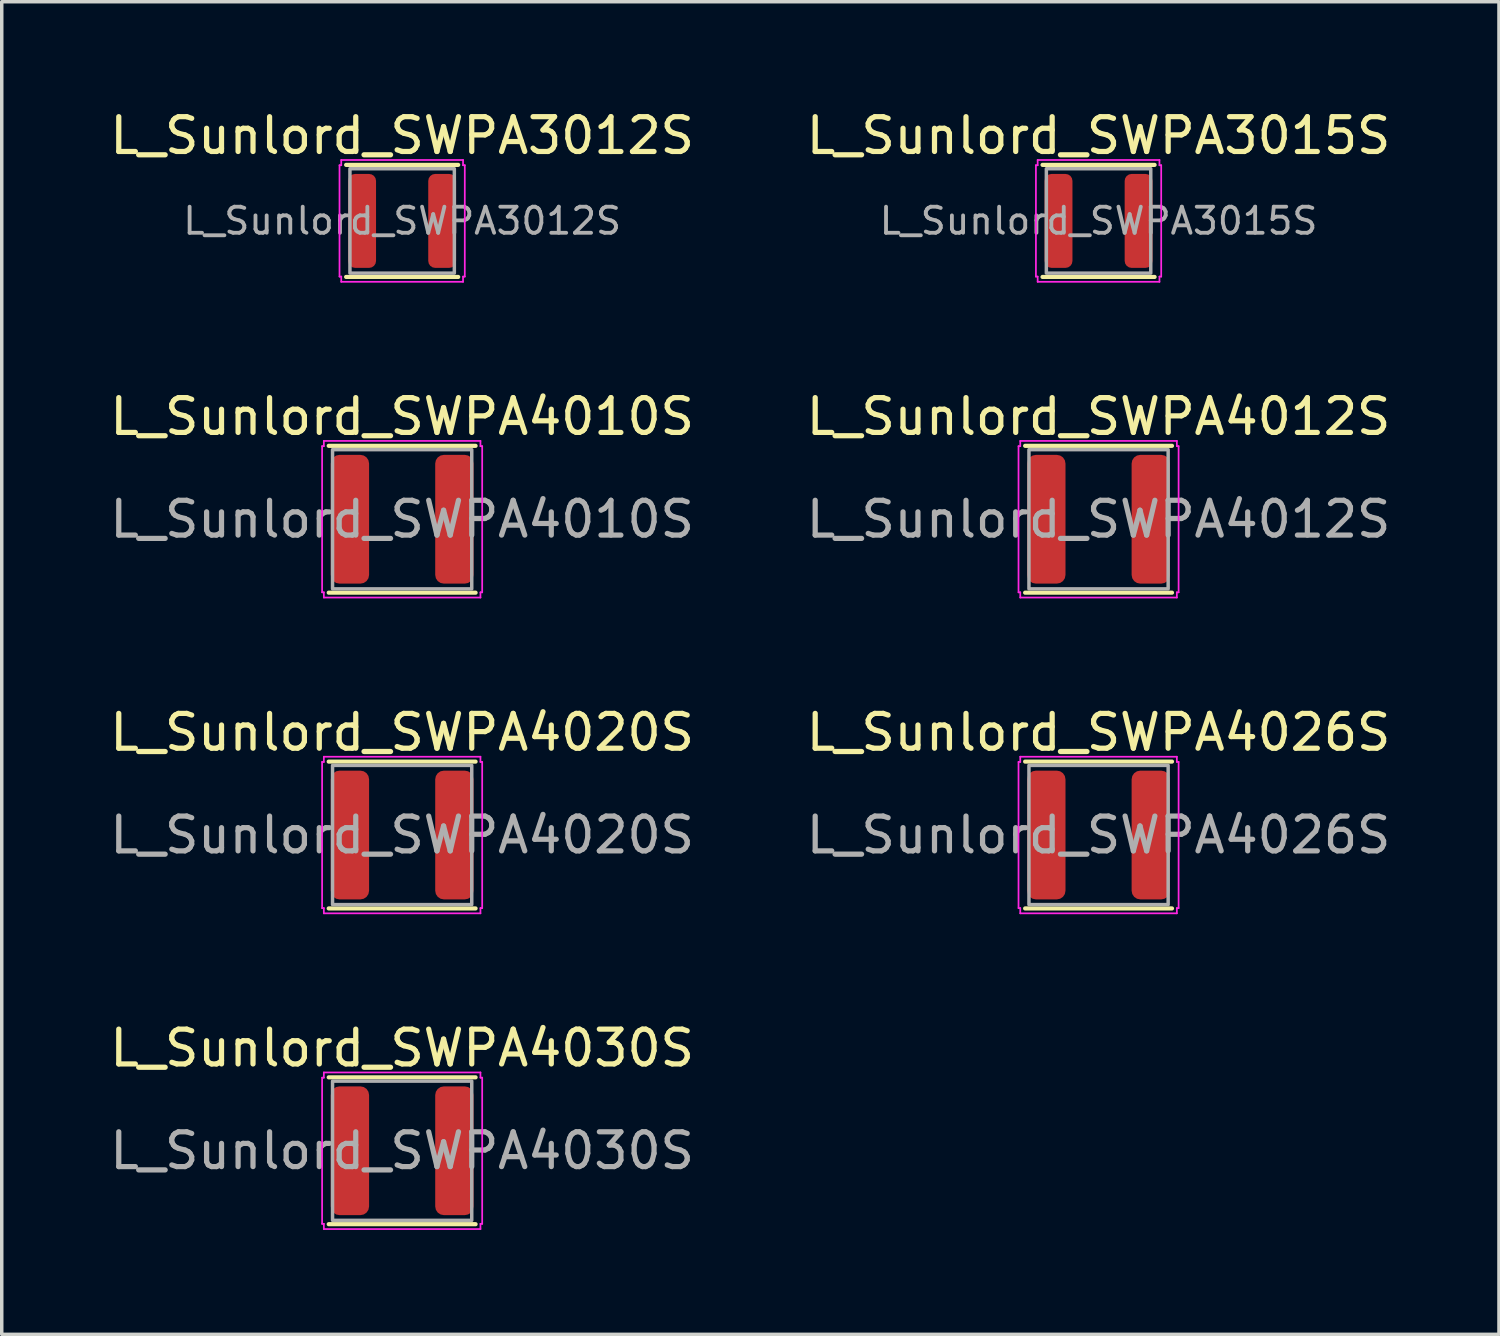
<source format=kicad_pcb>
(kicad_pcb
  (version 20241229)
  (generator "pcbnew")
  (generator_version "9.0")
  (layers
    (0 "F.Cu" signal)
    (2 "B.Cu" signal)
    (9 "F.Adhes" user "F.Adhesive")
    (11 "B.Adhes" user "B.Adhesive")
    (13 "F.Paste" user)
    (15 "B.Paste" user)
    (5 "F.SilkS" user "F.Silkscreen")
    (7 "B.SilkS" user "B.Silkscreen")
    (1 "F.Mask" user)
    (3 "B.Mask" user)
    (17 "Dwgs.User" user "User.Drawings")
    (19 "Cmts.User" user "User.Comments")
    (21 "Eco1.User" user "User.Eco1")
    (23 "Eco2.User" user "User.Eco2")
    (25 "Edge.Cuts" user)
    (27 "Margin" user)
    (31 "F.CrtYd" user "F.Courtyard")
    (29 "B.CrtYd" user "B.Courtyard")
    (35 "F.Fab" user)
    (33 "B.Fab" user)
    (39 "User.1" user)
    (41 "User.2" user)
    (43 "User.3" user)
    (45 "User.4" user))
  (footprint "L_Sunlord_SWPA3012S"
    (layer "F.Cu")
    (at 8.506 3.298)
    (property "Reference" "L_Sunlord_SWPA3012S" (at 0 -2.45 0) (layer "F.SilkS") (effects (font (size 1 1) (thickness 0.15))))
    (attr smd)
    (fp_line (start -1.61 -1.61) (end 1.61 -1.61) (stroke (width 0.12) (type solid)) (layer "F.SilkS"))
    (fp_line (start 1.61 1.61) (end -1.61 1.61) (stroke (width 0.12) (type solid)) (layer "F.SilkS"))
    (fp_line (start -1.8 -1.6) (end -1.75 -1.6) (stroke (width 0.05) (type solid)) (layer "F.CrtYd"))
    (fp_line (start -1.8 1.6) (end -1.8 -1.6) (stroke (width 0.05) (type solid)) (layer "F.CrtYd"))
    (fp_line (start -1.75 -1.75) (end 1.75 -1.75) (stroke (width 0.05) (type solid)) (layer "F.CrtYd"))
    (fp_line (start -1.75 -1.6) (end -1.75 -1.75) (stroke (width 0.05) (type solid)) (layer "F.CrtYd"))
    (fp_line (start -1.75 1.6) (end -1.8 1.6) (stroke (width 0.05) (type solid)) (layer "F.CrtYd"))
    (fp_line (start -1.75 1.75) (end -1.75 1.6) (stroke (width 0.05) (type solid)) (layer "F.CrtYd"))
    (fp_line (start 1.75 -1.75) (end 1.75 -1.6) (stroke (width 0.05) (type solid)) (layer "F.CrtYd"))
    (fp_line (start 1.75 -1.6) (end 1.8 -1.6) (stroke (width 0.05) (type solid)) (layer "F.CrtYd"))
    (fp_line (start 1.75 1.6) (end 1.75 1.75) (stroke (width 0.05) (type solid)) (layer "F.CrtYd"))
    (fp_line (start 1.75 1.75) (end -1.75 1.75) (stroke (width 0.05) (type solid)) (layer "F.CrtYd"))
    (fp_line (start 1.8 -1.6) (end 1.8 1.6) (stroke (width 0.05) (type solid)) (layer "F.CrtYd"))
    (fp_line (start 1.8 1.6) (end 1.75 1.6) (stroke (width 0.05) (type solid)) (layer "F.CrtYd"))
    (fp_rect (start -1.5 -1.5) (end 1.5 1.5) (stroke (width 0.1) (type solid)) (fill no) (layer "F.Fab"))
    (fp_text user "${REFERENCE}" (at 0 0 0) (layer "F.Fab") (effects (font (size 0.75 0.75) (thickness 0.11))))
    (pad "1" smd roundrect (at -1.15 0) (size 0.8 2.7) (layers "F.Cu" "F.Mask" "F.Paste") (roundrect_rratio 0.25))
    (pad "2" smd roundrect (at 1.15 0) (size 0.8 2.7) (layers "F.Cu" "F.Mask" "F.Paste") (roundrect_rratio 0.25)))
  (footprint "L_Sunlord_SWPA4030S"
    (layer "F.Cu")
    (at 8.506 30.018)
    (property "Reference" "L_Sunlord_SWPA4030S" (at 0 -2.95 0) (layer "F.SilkS") (effects (font (size 1 1) (thickness 0.15))))
    (attr smd)
    (fp_line (start -2.11 -2.11) (end 2.11 -2.11) (stroke (width 0.12) (type solid)) (layer "F.SilkS"))
    (fp_line (start 2.11 2.11) (end -2.11 2.11) (stroke (width 0.12) (type solid)) (layer "F.SilkS"))
    (fp_line (start -2.3 -2.1) (end -2.25 -2.1) (stroke (width 0.05) (type solid)) (layer "F.CrtYd"))
    (fp_line (start -2.3 2.1) (end -2.3 -2.1) (stroke (width 0.05) (type solid)) (layer "F.CrtYd"))
    (fp_line (start -2.25 -2.25) (end 2.25 -2.25) (stroke (width 0.05) (type solid)) (layer "F.CrtYd"))
    (fp_line (start -2.25 -2.1) (end -2.25 -2.25) (stroke (width 0.05) (type solid)) (layer "F.CrtYd"))
    (fp_line (start -2.25 2.1) (end -2.3 2.1) (stroke (width 0.05) (type solid)) (layer "F.CrtYd"))
    (fp_line (start -2.25 2.25) (end -2.25 2.1) (stroke (width 0.05) (type solid)) (layer "F.CrtYd"))
    (fp_line (start 2.25 -2.25) (end 2.25 -2.1) (stroke (width 0.05) (type solid)) (layer "F.CrtYd"))
    (fp_line (start 2.25 -2.1) (end 2.3 -2.1) (stroke (width 0.05) (type solid)) (layer "F.CrtYd"))
    (fp_line (start 2.25 2.1) (end 2.25 2.25) (stroke (width 0.05) (type solid)) (layer "F.CrtYd"))
    (fp_line (start 2.25 2.25) (end -2.25 2.25) (stroke (width 0.05) (type solid)) (layer "F.CrtYd"))
    (fp_line (start 2.3 -2.1) (end 2.3 2.1) (stroke (width 0.05) (type solid)) (layer "F.CrtYd"))
    (fp_line (start 2.3 2.1) (end 2.25 2.1) (stroke (width 0.05) (type solid)) (layer "F.CrtYd"))
    (fp_rect (start -2 -2) (end 2 2) (stroke (width 0.1) (type solid)) (fill no) (layer "F.Fab"))
    (fp_text user "${REFERENCE}" (at 0 0 0) (layer "F.Fab") (effects (font (size 1 1) (thickness 0.15))))
    (pad "1" smd roundrect (at -1.5 0) (size 1.1 3.7) (layers "F.Cu" "F.Mask" "F.Paste") (roundrect_rratio 0.227))
    (pad "2" smd roundrect (at 1.5 0) (size 1.1 3.7) (layers "F.Cu" "F.Mask" "F.Paste") (roundrect_rratio 0.227)))
  (footprint "L_Sunlord_SWPA3015S"
    (layer "F.Cu")
    (at 28.518 3.298)
    (property "Reference" "L_Sunlord_SWPA3015S" (at 0 -2.45 0) (layer "F.SilkS") (effects (font (size 1 1) (thickness 0.15))))
    (attr smd)
    (fp_line (start -1.61 -1.61) (end 1.61 -1.61) (stroke (width 0.12) (type solid)) (layer "F.SilkS"))
    (fp_line (start 1.61 1.61) (end -1.61 1.61) (stroke (width 0.12) (type solid)) (layer "F.SilkS"))
    (fp_line (start -1.8 -1.6) (end -1.75 -1.6) (stroke (width 0.05) (type solid)) (layer "F.CrtYd"))
    (fp_line (start -1.8 1.6) (end -1.8 -1.6) (stroke (width 0.05) (type solid)) (layer "F.CrtYd"))
    (fp_line (start -1.75 -1.75) (end 1.75 -1.75) (stroke (width 0.05) (type solid)) (layer "F.CrtYd"))
    (fp_line (start -1.75 -1.6) (end -1.75 -1.75) (stroke (width 0.05) (type solid)) (layer "F.CrtYd"))
    (fp_line (start -1.75 1.6) (end -1.8 1.6) (stroke (width 0.05) (type solid)) (layer "F.CrtYd"))
    (fp_line (start -1.75 1.75) (end -1.75 1.6) (stroke (width 0.05) (type solid)) (layer "F.CrtYd"))
    (fp_line (start 1.75 -1.75) (end 1.75 -1.6) (stroke (width 0.05) (type solid)) (layer "F.CrtYd"))
    (fp_line (start 1.75 -1.6) (end 1.8 -1.6) (stroke (width 0.05) (type solid)) (layer "F.CrtYd"))
    (fp_line (start 1.75 1.6) (end 1.75 1.75) (stroke (width 0.05) (type solid)) (layer "F.CrtYd"))
    (fp_line (start 1.75 1.75) (end -1.75 1.75) (stroke (width 0.05) (type solid)) (layer "F.CrtYd"))
    (fp_line (start 1.8 -1.6) (end 1.8 1.6) (stroke (width 0.05) (type solid)) (layer "F.CrtYd"))
    (fp_line (start 1.8 1.6) (end 1.75 1.6) (stroke (width 0.05) (type solid)) (layer "F.CrtYd"))
    (fp_rect (start -1.5 -1.5) (end 1.5 1.5) (stroke (width 0.1) (type solid)) (fill no) (layer "F.Fab"))
    (fp_text user "${REFERENCE}" (at 0 0 0) (layer "F.Fab") (effects (font (size 0.75 0.75) (thickness 0.11))))
    (pad "1" smd roundrect (at -1.15 0) (size 0.8 2.7) (layers "F.Cu" "F.Mask" "F.Paste") (roundrect_rratio 0.25))
    (pad "2" smd roundrect (at 1.15 0) (size 0.8 2.7) (layers "F.Cu" "F.Mask" "F.Paste") (roundrect_rratio 0.25)))
  (footprint "L_Sunlord_SWPA4026S"
    (layer "F.Cu")
    (at 28.518 20.945)
    (property "Reference" "L_Sunlord_SWPA4026S" (at 0 -2.95 0) (layer "F.SilkS") (effects (font (size 1 1) (thickness 0.15))))
    (attr smd)
    (fp_line (start -2.11 -2.11) (end 2.11 -2.11) (stroke (width 0.12) (type solid)) (layer "F.SilkS"))
    (fp_line (start 2.11 2.11) (end -2.11 2.11) (stroke (width 0.12) (type solid)) (layer "F.SilkS"))
    (fp_line (start -2.3 -2.1) (end -2.25 -2.1) (stroke (width 0.05) (type solid)) (layer "F.CrtYd"))
    (fp_line (start -2.3 2.1) (end -2.3 -2.1) (stroke (width 0.05) (type solid)) (layer "F.CrtYd"))
    (fp_line (start -2.25 -2.25) (end 2.25 -2.25) (stroke (width 0.05) (type solid)) (layer "F.CrtYd"))
    (fp_line (start -2.25 -2.1) (end -2.25 -2.25) (stroke (width 0.05) (type solid)) (layer "F.CrtYd"))
    (fp_line (start -2.25 2.1) (end -2.3 2.1) (stroke (width 0.05) (type solid)) (layer "F.CrtYd"))
    (fp_line (start -2.25 2.25) (end -2.25 2.1) (stroke (width 0.05) (type solid)) (layer "F.CrtYd"))
    (fp_line (start 2.25 -2.25) (end 2.25 -2.1) (stroke (width 0.05) (type solid)) (layer "F.CrtYd"))
    (fp_line (start 2.25 -2.1) (end 2.3 -2.1) (stroke (width 0.05) (type solid)) (layer "F.CrtYd"))
    (fp_line (start 2.25 2.1) (end 2.25 2.25) (stroke (width 0.05) (type solid)) (layer "F.CrtYd"))
    (fp_line (start 2.25 2.25) (end -2.25 2.25) (stroke (width 0.05) (type solid)) (layer "F.CrtYd"))
    (fp_line (start 2.3 -2.1) (end 2.3 2.1) (stroke (width 0.05) (type solid)) (layer "F.CrtYd"))
    (fp_line (start 2.3 2.1) (end 2.25 2.1) (stroke (width 0.05) (type solid)) (layer "F.CrtYd"))
    (fp_rect (start -2 -2) (end 2 2) (stroke (width 0.1) (type solid)) (fill no) (layer "F.Fab"))
    (fp_text user "${REFERENCE}" (at 0 0 0) (layer "F.Fab") (effects (font (size 1 1) (thickness 0.15))))
    (pad "1" smd roundrect (at -1.5 0) (size 1.1 3.7) (layers "F.Cu" "F.Mask" "F.Paste") (roundrect_rratio 0.227))
    (pad "2" smd roundrect (at 1.5 0) (size 1.1 3.7) (layers "F.Cu" "F.Mask" "F.Paste") (roundrect_rratio 0.227)))
  (footprint "L_Sunlord_SWPA4012S"
    (layer "F.Cu")
    (at 28.518 11.871)
    (property "Reference" "L_Sunlord_SWPA4012S" (at 0 -2.95 0) (layer "F.SilkS") (effects (font (size 1 1) (thickness 0.15))))
    (attr smd)
    (fp_line (start -2.11 -2.11) (end 2.11 -2.11) (stroke (width 0.12) (type solid)) (layer "F.SilkS"))
    (fp_line (start 2.11 2.11) (end -2.11 2.11) (stroke (width 0.12) (type solid)) (layer "F.SilkS"))
    (fp_line (start -2.3 -2.1) (end -2.25 -2.1) (stroke (width 0.05) (type solid)) (layer "F.CrtYd"))
    (fp_line (start -2.3 2.1) (end -2.3 -2.1) (stroke (width 0.05) (type solid)) (layer "F.CrtYd"))
    (fp_line (start -2.25 -2.25) (end 2.25 -2.25) (stroke (width 0.05) (type solid)) (layer "F.CrtYd"))
    (fp_line (start -2.25 -2.1) (end -2.25 -2.25) (stroke (width 0.05) (type solid)) (layer "F.CrtYd"))
    (fp_line (start -2.25 2.1) (end -2.3 2.1) (stroke (width 0.05) (type solid)) (layer "F.CrtYd"))
    (fp_line (start -2.25 2.25) (end -2.25 2.1) (stroke (width 0.05) (type solid)) (layer "F.CrtYd"))
    (fp_line (start 2.25 -2.25) (end 2.25 -2.1) (stroke (width 0.05) (type solid)) (layer "F.CrtYd"))
    (fp_line (start 2.25 -2.1) (end 2.3 -2.1) (stroke (width 0.05) (type solid)) (layer "F.CrtYd"))
    (fp_line (start 2.25 2.1) (end 2.25 2.25) (stroke (width 0.05) (type solid)) (layer "F.CrtYd"))
    (fp_line (start 2.25 2.25) (end -2.25 2.25) (stroke (width 0.05) (type solid)) (layer "F.CrtYd"))
    (fp_line (start 2.3 -2.1) (end 2.3 2.1) (stroke (width 0.05) (type solid)) (layer "F.CrtYd"))
    (fp_line (start 2.3 2.1) (end 2.25 2.1) (stroke (width 0.05) (type solid)) (layer "F.CrtYd"))
    (fp_rect (start -2 -2) (end 2 2) (stroke (width 0.1) (type solid)) (fill no) (layer "F.Fab"))
    (fp_text user "${REFERENCE}" (at 0 0 0) (layer "F.Fab") (effects (font (size 1 1) (thickness 0.15))))
    (pad "1" smd roundrect (at -1.5 0) (size 1.1 3.7) (layers "F.Cu" "F.Mask" "F.Paste") (roundrect_rratio 0.227))
    (pad "2" smd roundrect (at 1.5 0) (size 1.1 3.7) (layers "F.Cu" "F.Mask" "F.Paste") (roundrect_rratio 0.227)))
  (footprint "L_Sunlord_SWPA4020S"
    (layer "F.Cu")
    (at 8.506 20.945)
    (property "Reference" "L_Sunlord_SWPA4020S" (at 0 -2.95 0) (layer "F.SilkS") (effects (font (size 1 1) (thickness 0.15))))
    (attr smd)
    (fp_line (start -2.11 -2.11) (end 2.11 -2.11) (stroke (width 0.12) (type solid)) (layer "F.SilkS"))
    (fp_line (start 2.11 2.11) (end -2.11 2.11) (stroke (width 0.12) (type solid)) (layer "F.SilkS"))
    (fp_line (start -2.3 -2.1) (end -2.25 -2.1) (stroke (width 0.05) (type solid)) (layer "F.CrtYd"))
    (fp_line (start -2.3 2.1) (end -2.3 -2.1) (stroke (width 0.05) (type solid)) (layer "F.CrtYd"))
    (fp_line (start -2.25 -2.25) (end 2.25 -2.25) (stroke (width 0.05) (type solid)) (layer "F.CrtYd"))
    (fp_line (start -2.25 -2.1) (end -2.25 -2.25) (stroke (width 0.05) (type solid)) (layer "F.CrtYd"))
    (fp_line (start -2.25 2.1) (end -2.3 2.1) (stroke (width 0.05) (type solid)) (layer "F.CrtYd"))
    (fp_line (start -2.25 2.25) (end -2.25 2.1) (stroke (width 0.05) (type solid)) (layer "F.CrtYd"))
    (fp_line (start 2.25 -2.25) (end 2.25 -2.1) (stroke (width 0.05) (type solid)) (layer "F.CrtYd"))
    (fp_line (start 2.25 -2.1) (end 2.3 -2.1) (stroke (width 0.05) (type solid)) (layer "F.CrtYd"))
    (fp_line (start 2.25 2.1) (end 2.25 2.25) (stroke (width 0.05) (type solid)) (layer "F.CrtYd"))
    (fp_line (start 2.25 2.25) (end -2.25 2.25) (stroke (width 0.05) (type solid)) (layer "F.CrtYd"))
    (fp_line (start 2.3 -2.1) (end 2.3 2.1) (stroke (width 0.05) (type solid)) (layer "F.CrtYd"))
    (fp_line (start 2.3 2.1) (end 2.25 2.1) (stroke (width 0.05) (type solid)) (layer "F.CrtYd"))
    (fp_rect (start -2 -2) (end 2 2) (stroke (width 0.1) (type solid)) (fill no) (layer "F.Fab"))
    (fp_text user "${REFERENCE}" (at 0 0 0) (layer "F.Fab") (effects (font (size 1 1) (thickness 0.15))))
    (pad "1" smd roundrect (at -1.5 0) (size 1.1 3.7) (layers "F.Cu" "F.Mask" "F.Paste") (roundrect_rratio 0.227))
    (pad "2" smd roundrect (at 1.5 0) (size 1.1 3.7) (layers "F.Cu" "F.Mask" "F.Paste") (roundrect_rratio 0.227)))
  (footprint "L_Sunlord_SWPA4010S"
    (layer "F.Cu")
    (at 8.506 11.871)
    (property "Reference" "L_Sunlord_SWPA4010S" (at 0 -2.95 0) (layer "F.SilkS") (effects (font (size 1 1) (thickness 0.15))))
    (attr smd)
    (fp_line (start -2.11 -2.11) (end 2.11 -2.11) (stroke (width 0.12) (type solid)) (layer "F.SilkS"))
    (fp_line (start 2.11 2.11) (end -2.11 2.11) (stroke (width 0.12) (type solid)) (layer "F.SilkS"))
    (fp_line (start -2.3 -2.1) (end -2.25 -2.1) (stroke (width 0.05) (type solid)) (layer "F.CrtYd"))
    (fp_line (start -2.3 2.1) (end -2.3 -2.1) (stroke (width 0.05) (type solid)) (layer "F.CrtYd"))
    (fp_line (start -2.25 -2.25) (end 2.25 -2.25) (stroke (width 0.05) (type solid)) (layer "F.CrtYd"))
    (fp_line (start -2.25 -2.1) (end -2.25 -2.25) (stroke (width 0.05) (type solid)) (layer "F.CrtYd"))
    (fp_line (start -2.25 2.1) (end -2.3 2.1) (stroke (width 0.05) (type solid)) (layer "F.CrtYd"))
    (fp_line (start -2.25 2.25) (end -2.25 2.1) (stroke (width 0.05) (type solid)) (layer "F.CrtYd"))
    (fp_line (start 2.25 -2.25) (end 2.25 -2.1) (stroke (width 0.05) (type solid)) (layer "F.CrtYd"))
    (fp_line (start 2.25 -2.1) (end 2.3 -2.1) (stroke (width 0.05) (type solid)) (layer "F.CrtYd"))
    (fp_line (start 2.25 2.1) (end 2.25 2.25) (stroke (width 0.05) (type solid)) (layer "F.CrtYd"))
    (fp_line (start 2.25 2.25) (end -2.25 2.25) (stroke (width 0.05) (type solid)) (layer "F.CrtYd"))
    (fp_line (start 2.3 -2.1) (end 2.3 2.1) (stroke (width 0.05) (type solid)) (layer "F.CrtYd"))
    (fp_line (start 2.3 2.1) (end 2.25 2.1) (stroke (width 0.05) (type solid)) (layer "F.CrtYd"))
    (fp_rect (start -2 -2) (end 2 2) (stroke (width 0.1) (type solid)) (fill no) (layer "F.Fab"))
    (fp_text user "${REFERENCE}" (at 0 0 0) (layer "F.Fab") (effects (font (size 1 1) (thickness 0.15))))
    (pad "1" smd roundrect (at -1.5 0) (size 1.1 3.7) (layers "F.Cu" "F.Mask" "F.Paste") (roundrect_rratio 0.227))
    (pad "2" smd roundrect (at 1.5 0) (size 1.1 3.7) (layers "F.Cu" "F.Mask" "F.Paste") (roundrect_rratio 0.227)))
  (gr_rect
    (start -3 -3)
    (end 40.024 35.293)
    (stroke (width 0.1) (type default))
    (fill no)
    (layer "Edge.Cuts")))
</source>
